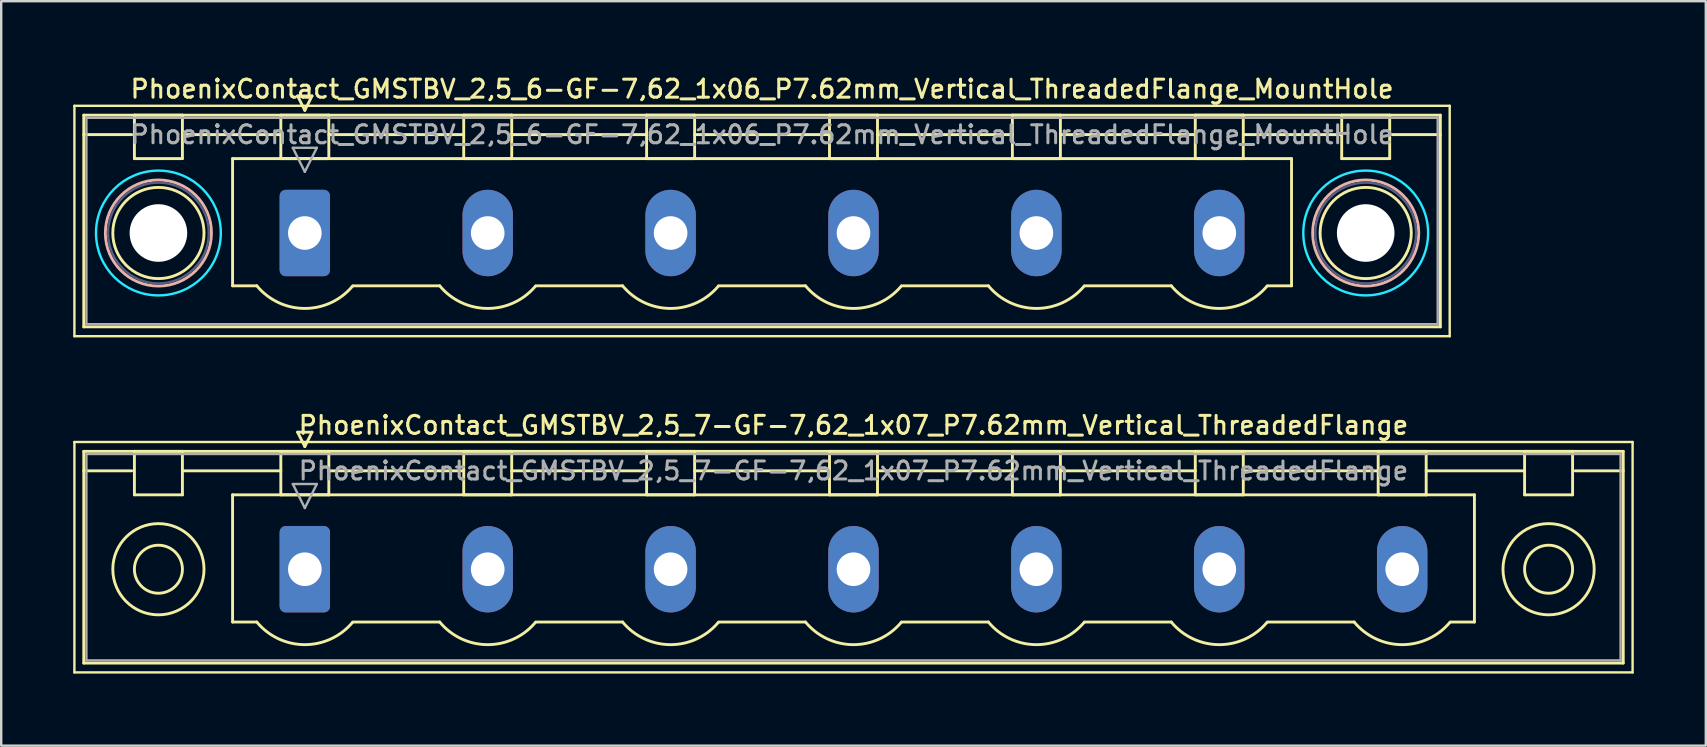
<source format=kicad_pcb>
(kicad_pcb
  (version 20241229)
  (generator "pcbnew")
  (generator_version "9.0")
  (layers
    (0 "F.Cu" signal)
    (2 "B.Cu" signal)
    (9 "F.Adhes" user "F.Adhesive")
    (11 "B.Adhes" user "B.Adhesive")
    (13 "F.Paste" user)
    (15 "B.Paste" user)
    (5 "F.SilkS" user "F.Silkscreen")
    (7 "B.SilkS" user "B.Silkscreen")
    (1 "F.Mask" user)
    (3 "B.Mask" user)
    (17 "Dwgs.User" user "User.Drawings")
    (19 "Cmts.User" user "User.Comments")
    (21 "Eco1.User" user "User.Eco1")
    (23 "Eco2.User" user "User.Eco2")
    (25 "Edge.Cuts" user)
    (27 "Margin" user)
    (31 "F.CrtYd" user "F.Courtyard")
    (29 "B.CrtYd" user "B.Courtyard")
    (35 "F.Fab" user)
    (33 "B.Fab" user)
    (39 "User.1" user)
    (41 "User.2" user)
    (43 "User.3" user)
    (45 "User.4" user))
  (footprint "PhoenixContact_GMSTBV_2,5_6-GF-7,62_1x06_P7.62mm_Vertical_ThreadedFlange_MountHole"
    (layer "F.Cu")
    (at 9.65 6.658)
    (property "Reference" "PhoenixContact_GMSTBV_2,5_6-GF-7,62_1x06_P7.62mm_Vertical_ThreadedFlange_MountHole" (at 19.05 -6 0) (layer "F.SilkS") (effects (font (size 0.75 0.75) (thickness 0.125))))
    (attr through_hole)
    (fp_line (start -9.6 -5.3) (end -9.6 4.3) (stroke (width 0.1) (type solid)) (layer "F.SilkS"))
    (fp_line (start -9.6 4.3) (end 47.7 4.3) (stroke (width 0.1) (type solid)) (layer "F.SilkS"))
    (fp_line (start -9.21 -4.91) (end -9.21 3.91) (stroke (width 0.12) (type solid)) (layer "F.SilkS"))
    (fp_line (start -9.21 -4.1) (end -7.21 -4.1) (stroke (width 0.12) (type solid)) (layer "F.SilkS"))
    (fp_line (start -9.21 3.91) (end 47.31 3.91) (stroke (width 0.12) (type solid)) (layer "F.SilkS"))
    (fp_line (start -7.1 -4.91) (end -5.1 -4.91) (stroke (width 0.12) (type solid)) (layer "F.SilkS"))
    (fp_line (start -7.1 -3.1) (end -7.1 -4.91) (stroke (width 0.12) (type solid)) (layer "F.SilkS"))
    (fp_line (start -5.1 -4.91) (end -5.1 -3.1) (stroke (width 0.12) (type solid)) (layer "F.SilkS"))
    (fp_line (start -5.1 -4.1) (end -1 -4.1) (stroke (width 0.12) (type solid)) (layer "F.SilkS"))
    (fp_line (start -5.1 -3.1) (end -7.1 -3.1) (stroke (width 0.12) (type solid)) (layer "F.SilkS"))
    (fp_line (start -3.01 -3.1) (end 41.11 -3.1) (stroke (width 0.12) (type solid)) (layer "F.SilkS"))
    (fp_line (start -3.01 2.2) (end -3.01 -3.1) (stroke (width 0.12) (type solid)) (layer "F.SilkS"))
    (fp_line (start -2 2.2) (end -3.01 2.2) (stroke (width 0.12) (type solid)) (layer "F.SilkS"))
    (fp_line (start -1 -4.91) (end 1 -4.91) (stroke (width 0.12) (type solid)) (layer "F.SilkS"))
    (fp_line (start -1 -3.1) (end -1 -4.91) (stroke (width 0.12) (type solid)) (layer "F.SilkS"))
    (fp_line (start -0.3 -5.71) (end 0.3 -5.71) (stroke (width 0.12) (type solid)) (layer "F.SilkS"))
    (fp_line (start 0 -5.11) (end -0.3 -5.71) (stroke (width 0.12) (type solid)) (layer "F.SilkS"))
    (fp_line (start 0.3 -5.71) (end 0 -5.11) (stroke (width 0.12) (type solid)) (layer "F.SilkS"))
    (fp_line (start 1 -4.91) (end 1 -3.1) (stroke (width 0.12) (type solid)) (layer "F.SilkS"))
    (fp_line (start 1 -4.1) (end 6.62 -4.1) (stroke (width 0.12) (type solid)) (layer "F.SilkS"))
    (fp_line (start 1 -3.1) (end -1 -3.1) (stroke (width 0.12) (type solid)) (layer "F.SilkS"))
    (fp_line (start 2 2.2) (end 5.62 2.2) (stroke (width 0.12) (type solid)) (layer "F.SilkS"))
    (fp_line (start 6.62 -4.91) (end 8.62 -4.91) (stroke (width 0.12) (type solid)) (layer "F.SilkS"))
    (fp_line (start 6.62 -3.1) (end 6.62 -4.91) (stroke (width 0.12) (type solid)) (layer "F.SilkS"))
    (fp_line (start 8.62 -4.91) (end 8.62 -3.1) (stroke (width 0.12) (type solid)) (layer "F.SilkS"))
    (fp_line (start 8.62 -4.1) (end 14.24 -4.1) (stroke (width 0.12) (type solid)) (layer "F.SilkS"))
    (fp_line (start 8.62 -3.1) (end 6.62 -3.1) (stroke (width 0.12) (type solid)) (layer "F.SilkS"))
    (fp_line (start 9.62 2.2) (end 13.24 2.2) (stroke (width 0.12) (type solid)) (layer "F.SilkS"))
    (fp_line (start 14.24 -4.91) (end 16.24 -4.91) (stroke (width 0.12) (type solid)) (layer "F.SilkS"))
    (fp_line (start 14.24 -3.1) (end 14.24 -4.91) (stroke (width 0.12) (type solid)) (layer "F.SilkS"))
    (fp_line (start 16.24 -4.91) (end 16.24 -3.1) (stroke (width 0.12) (type solid)) (layer "F.SilkS"))
    (fp_line (start 16.24 -4.1) (end 21.86 -4.1) (stroke (width 0.12) (type solid)) (layer "F.SilkS"))
    (fp_line (start 16.24 -3.1) (end 14.24 -3.1) (stroke (width 0.12) (type solid)) (layer "F.SilkS"))
    (fp_line (start 17.24 2.2) (end 20.86 2.2) (stroke (width 0.12) (type solid)) (layer "F.SilkS"))
    (fp_line (start 21.86 -4.91) (end 23.86 -4.91) (stroke (width 0.12) (type solid)) (layer "F.SilkS"))
    (fp_line (start 21.86 -3.1) (end 21.86 -4.91) (stroke (width 0.12) (type solid)) (layer "F.SilkS"))
    (fp_line (start 23.86 -4.91) (end 23.86 -3.1) (stroke (width 0.12) (type solid)) (layer "F.SilkS"))
    (fp_line (start 23.86 -4.1) (end 29.48 -4.1) (stroke (width 0.12) (type solid)) (layer "F.SilkS"))
    (fp_line (start 23.86 -3.1) (end 21.86 -3.1) (stroke (width 0.12) (type solid)) (layer "F.SilkS"))
    (fp_line (start 24.86 2.2) (end 28.48 2.2) (stroke (width 0.12) (type solid)) (layer "F.SilkS"))
    (fp_line (start 29.48 -4.91) (end 31.48 -4.91) (stroke (width 0.12) (type solid)) (layer "F.SilkS"))
    (fp_line (start 29.48 -3.1) (end 29.48 -4.91) (stroke (width 0.12) (type solid)) (layer "F.SilkS"))
    (fp_line (start 31.48 -4.91) (end 31.48 -3.1) (stroke (width 0.12) (type solid)) (layer "F.SilkS"))
    (fp_line (start 31.48 -4.1) (end 37.1 -4.1) (stroke (width 0.12) (type solid)) (layer "F.SilkS"))
    (fp_line (start 31.48 -3.1) (end 29.48 -3.1) (stroke (width 0.12) (type solid)) (layer "F.SilkS"))
    (fp_line (start 32.48 2.2) (end 36.1 2.2) (stroke (width 0.12) (type solid)) (layer "F.SilkS"))
    (fp_line (start 37.1 -4.91) (end 39.1 -4.91) (stroke (width 0.12) (type solid)) (layer "F.SilkS"))
    (fp_line (start 37.1 -3.1) (end 37.1 -4.91) (stroke (width 0.12) (type solid)) (layer "F.SilkS"))
    (fp_line (start 39.1 -4.91) (end 39.1 -3.1) (stroke (width 0.12) (type solid)) (layer "F.SilkS"))
    (fp_line (start 39.1 -4.1) (end 43.2 -4.1) (stroke (width 0.12) (type solid)) (layer "F.SilkS"))
    (fp_line (start 39.1 -3.1) (end 37.1 -3.1) (stroke (width 0.12) (type solid)) (layer "F.SilkS"))
    (fp_line (start 41.11 -3.1) (end 41.11 2.2) (stroke (width 0.12) (type solid)) (layer "F.SilkS"))
    (fp_line (start 41.11 2.2) (end 40.1 2.2) (stroke (width 0.12) (type solid)) (layer "F.SilkS"))
    (fp_line (start 43.2 -4.91) (end 45.2 -4.91) (stroke (width 0.12) (type solid)) (layer "F.SilkS"))
    (fp_line (start 43.2 -3.1) (end 43.2 -4.91) (stroke (width 0.12) (type solid)) (layer "F.SilkS"))
    (fp_line (start 45.2 -4.91) (end 45.2 -3.1) (stroke (width 0.12) (type solid)) (layer "F.SilkS"))
    (fp_line (start 45.2 -3.1) (end 43.2 -3.1) (stroke (width 0.12) (type solid)) (layer "F.SilkS"))
    (fp_line (start 47.31 -4.91) (end -9.21 -4.91) (stroke (width 0.12) (type solid)) (layer "F.SilkS"))
    (fp_line (start 47.31 -4.1) (end 45.31 -4.1) (stroke (width 0.12) (type solid)) (layer "F.SilkS"))
    (fp_line (start 47.31 3.91) (end 47.31 -4.91) (stroke (width 0.12) (type solid)) (layer "F.SilkS"))
    (fp_line (start 47.7 -5.3) (end -9.6 -5.3) (stroke (width 0.1) (type solid)) (layer "F.SilkS"))
    (fp_line (start 47.7 4.3) (end 47.7 -5.3) (stroke (width 0.1) (type solid)) (layer "F.SilkS"))
    (fp_arc (start 1.986842 2.215821) (mid -0.010289 3.142758) (end -2 2.2) (stroke (width 0.12) (type solid)) (layer "F.SilkS"))
    (fp_arc (start 9.606842 2.215821) (mid 7.609711 3.142758) (end 5.62 2.2) (stroke (width 0.12) (type solid)) (layer "F.SilkS"))
    (fp_arc (start 17.226842 2.215821) (mid 15.229711 3.142758) (end 13.24 2.2) (stroke (width 0.12) (type solid)) (layer "F.SilkS"))
    (fp_arc (start 24.846842 2.215821) (mid 22.849711 3.142758) (end 20.86 2.2) (stroke (width 0.12) (type solid)) (layer "F.SilkS"))
    (fp_arc (start 32.466842 2.215821) (mid 30.469711 3.142758) (end 28.48 2.2) (stroke (width 0.12) (type solid)) (layer "F.SilkS"))
    (fp_arc (start 40.086842 2.215821) (mid 38.089711 3.142758) (end 36.1 2.2) (stroke (width 0.12) (type solid)) (layer "F.SilkS"))
    (fp_circle (center -6.1 0) (end -4.2 0) (stroke (width 0.12) (type solid)) (fill no) (layer "F.SilkS"))
    (fp_circle (center 44.2 0) (end 46.1 0) (stroke (width 0.12) (type solid)) (fill no) (layer "F.SilkS"))
    (fp_circle (center -6.1 0) (end -3.89 0) (stroke (width 0.12) (type solid)) (fill no) (layer "B.SilkS"))
    (fp_circle (center 44.2 0) (end 46.41 0) (stroke (width 0.12) (type solid)) (fill no) (layer "B.SilkS"))
    (fp_circle (center -6.1 0) (end -3.5 0) (stroke (width 0.1) (type solid)) (fill no) (layer "B.CrtYd"))
    (fp_circle (center 44.2 0) (end 46.8 0) (stroke (width 0.1) (type solid)) (fill no) (layer "B.CrtYd"))
    (fp_circle (center -6.1 0) (end -4 0) (stroke (width 0.1) (type solid)) (fill no) (layer "B.Fab"))
    (fp_circle (center 44.2 0) (end 46.3 0) (stroke (width 0.1) (type solid)) (fill no) (layer "B.Fab"))
    (fp_line (start -9.1 -4.8) (end -9.1 3.8) (stroke (width 0.1) (type solid)) (layer "F.Fab"))
    (fp_line (start -9.1 3.8) (end 47.2 3.8) (stroke (width 0.1) (type solid)) (layer "F.Fab"))
    (fp_line (start -0.5 -3.55) (end 0.5 -3.55) (stroke (width 0.1) (type solid)) (layer "F.Fab"))
    (fp_line (start 0 -2.55) (end -0.5 -3.55) (stroke (width 0.1) (type solid)) (layer "F.Fab"))
    (fp_line (start 0.5 -3.55) (end 0 -2.55) (stroke (width 0.1) (type solid)) (layer "F.Fab"))
    (fp_line (start 47.2 -4.8) (end -9.1 -4.8) (stroke (width 0.1) (type solid)) (layer "F.Fab"))
    (fp_line (start 47.2 3.8) (end 47.2 -4.8) (stroke (width 0.1) (type solid)) (layer "F.Fab"))
    (fp_text user "${REFERENCE}" (at 19.05 -4.1 0) (layer "F.Fab") (effects (font (size 0.75 0.75) (thickness 0.125))))
    (pad "" np_thru_hole circle (at -6.1 0) (size 2.4 2.4) (drill 2.4) (layers "*.Cu" "*.Mask"))
    (pad "" np_thru_hole circle (at 44.2 0) (size 2.4 2.4) (drill 2.4) (layers "*.Cu" "*.Mask"))
    (pad "1" thru_hole roundrect (at 0 0) (size 2.1 3.6) (drill 1.4) (layers "*.Cu" "*.Mask") (roundrect_rratio 0.119))
    (pad "2" thru_hole oval (at 7.62 0) (size 2.1 3.6) (drill 1.4) (layers "*.Cu" "*.Mask"))
    (pad "3" thru_hole oval (at 15.24 0) (size 2.1 3.6) (drill 1.4) (layers "*.Cu" "*.Mask"))
    (pad "4" thru_hole oval (at 22.86 0) (size 2.1 3.6) (drill 1.4) (layers "*.Cu" "*.Mask"))
    (pad "5" thru_hole oval (at 30.48 0) (size 2.1 3.6) (drill 1.4) (layers "*.Cu" "*.Mask"))
    (pad "6" thru_hole oval (at 38.1 0) (size 2.1 3.6) (drill 1.4) (layers "*.Cu" "*.Mask")))
  (footprint "PhoenixContact_GMSTBV_2,5_7-GF-7,62_1x07_P7.62mm_Vertical_ThreadedFlange"
    (layer "F.Cu")
    (at 9.65 20.666)
    (property "Reference" "PhoenixContact_GMSTBV_2,5_7-GF-7,62_1x07_P7.62mm_Vertical_ThreadedFlange" (at 22.86 -6 0) (layer "F.SilkS") (effects (font (size 0.75 0.75) (thickness 0.125))))
    (attr through_hole)
    (fp_line (start -9.6 -5.3) (end -9.6 4.3) (stroke (width 0.1) (type solid)) (layer "F.SilkS"))
    (fp_line (start -9.6 4.3) (end 55.32 4.3) (stroke (width 0.1) (type solid)) (layer "F.SilkS"))
    (fp_line (start -9.21 -4.91) (end -9.21 3.91) (stroke (width 0.12) (type solid)) (layer "F.SilkS"))
    (fp_line (start -9.21 -4.1) (end -7.21 -4.1) (stroke (width 0.12) (type solid)) (layer "F.SilkS"))
    (fp_line (start -9.21 3.91) (end 54.93 3.91) (stroke (width 0.12) (type solid)) (layer "F.SilkS"))
    (fp_line (start -7.1 -4.91) (end -5.1 -4.91) (stroke (width 0.12) (type solid)) (layer "F.SilkS"))
    (fp_line (start -7.1 -3.1) (end -7.1 -4.91) (stroke (width 0.12) (type solid)) (layer "F.SilkS"))
    (fp_line (start -5.1 -4.91) (end -5.1 -3.1) (stroke (width 0.12) (type solid)) (layer "F.SilkS"))
    (fp_line (start -5.1 -4.1) (end -1 -4.1) (stroke (width 0.12) (type solid)) (layer "F.SilkS"))
    (fp_line (start -5.1 -3.1) (end -7.1 -3.1) (stroke (width 0.12) (type solid)) (layer "F.SilkS"))
    (fp_line (start -3.01 -3.1) (end 48.73 -3.1) (stroke (width 0.12) (type solid)) (layer "F.SilkS"))
    (fp_line (start -3.01 2.2) (end -3.01 -3.1) (stroke (width 0.12) (type solid)) (layer "F.SilkS"))
    (fp_line (start -2 2.2) (end -3.01 2.2) (stroke (width 0.12) (type solid)) (layer "F.SilkS"))
    (fp_line (start -1 -4.91) (end 1 -4.91) (stroke (width 0.12) (type solid)) (layer "F.SilkS"))
    (fp_line (start -1 -3.1) (end -1 -4.91) (stroke (width 0.12) (type solid)) (layer "F.SilkS"))
    (fp_line (start -0.3 -5.71) (end 0.3 -5.71) (stroke (width 0.12) (type solid)) (layer "F.SilkS"))
    (fp_line (start 0 -5.11) (end -0.3 -5.71) (stroke (width 0.12) (type solid)) (layer "F.SilkS"))
    (fp_line (start 0.3 -5.71) (end 0 -5.11) (stroke (width 0.12) (type solid)) (layer "F.SilkS"))
    (fp_line (start 1 -4.91) (end 1 -3.1) (stroke (width 0.12) (type solid)) (layer "F.SilkS"))
    (fp_line (start 1 -4.1) (end 6.62 -4.1) (stroke (width 0.12) (type solid)) (layer "F.SilkS"))
    (fp_line (start 1 -3.1) (end -1 -3.1) (stroke (width 0.12) (type solid)) (layer "F.SilkS"))
    (fp_line (start 2 2.2) (end 5.62 2.2) (stroke (width 0.12) (type solid)) (layer "F.SilkS"))
    (fp_line (start 6.62 -4.91) (end 8.62 -4.91) (stroke (width 0.12) (type solid)) (layer "F.SilkS"))
    (fp_line (start 6.62 -3.1) (end 6.62 -4.91) (stroke (width 0.12) (type solid)) (layer "F.SilkS"))
    (fp_line (start 8.62 -4.91) (end 8.62 -3.1) (stroke (width 0.12) (type solid)) (layer "F.SilkS"))
    (fp_line (start 8.62 -4.1) (end 14.24 -4.1) (stroke (width 0.12) (type solid)) (layer "F.SilkS"))
    (fp_line (start 8.62 -3.1) (end 6.62 -3.1) (stroke (width 0.12) (type solid)) (layer "F.SilkS"))
    (fp_line (start 9.62 2.2) (end 13.24 2.2) (stroke (width 0.12) (type solid)) (layer "F.SilkS"))
    (fp_line (start 14.24 -4.91) (end 16.24 -4.91) (stroke (width 0.12) (type solid)) (layer "F.SilkS"))
    (fp_line (start 14.24 -3.1) (end 14.24 -4.91) (stroke (width 0.12) (type solid)) (layer "F.SilkS"))
    (fp_line (start 16.24 -4.91) (end 16.24 -3.1) (stroke (width 0.12) (type solid)) (layer "F.SilkS"))
    (fp_line (start 16.24 -4.1) (end 21.86 -4.1) (stroke (width 0.12) (type solid)) (layer "F.SilkS"))
    (fp_line (start 16.24 -3.1) (end 14.24 -3.1) (stroke (width 0.12) (type solid)) (layer "F.SilkS"))
    (fp_line (start 17.24 2.2) (end 20.86 2.2) (stroke (width 0.12) (type solid)) (layer "F.SilkS"))
    (fp_line (start 21.86 -4.91) (end 23.86 -4.91) (stroke (width 0.12) (type solid)) (layer "F.SilkS"))
    (fp_line (start 21.86 -3.1) (end 21.86 -4.91) (stroke (width 0.12) (type solid)) (layer "F.SilkS"))
    (fp_line (start 23.86 -4.91) (end 23.86 -3.1) (stroke (width 0.12) (type solid)) (layer "F.SilkS"))
    (fp_line (start 23.86 -4.1) (end 29.48 -4.1) (stroke (width 0.12) (type solid)) (layer "F.SilkS"))
    (fp_line (start 23.86 -3.1) (end 21.86 -3.1) (stroke (width 0.12) (type solid)) (layer "F.SilkS"))
    (fp_line (start 24.86 2.2) (end 28.48 2.2) (stroke (width 0.12) (type solid)) (layer "F.SilkS"))
    (fp_line (start 29.48 -4.91) (end 31.48 -4.91) (stroke (width 0.12) (type solid)) (layer "F.SilkS"))
    (fp_line (start 29.48 -3.1) (end 29.48 -4.91) (stroke (width 0.12) (type solid)) (layer "F.SilkS"))
    (fp_line (start 31.48 -4.91) (end 31.48 -3.1) (stroke (width 0.12) (type solid)) (layer "F.SilkS"))
    (fp_line (start 31.48 -4.1) (end 37.1 -4.1) (stroke (width 0.12) (type solid)) (layer "F.SilkS"))
    (fp_line (start 31.48 -3.1) (end 29.48 -3.1) (stroke (width 0.12) (type solid)) (layer "F.SilkS"))
    (fp_line (start 32.48 2.2) (end 36.1 2.2) (stroke (width 0.12) (type solid)) (layer "F.SilkS"))
    (fp_line (start 37.1 -4.91) (end 39.1 -4.91) (stroke (width 0.12) (type solid)) (layer "F.SilkS"))
    (fp_line (start 37.1 -3.1) (end 37.1 -4.91) (stroke (width 0.12) (type solid)) (layer "F.SilkS"))
    (fp_line (start 39.1 -4.91) (end 39.1 -3.1) (stroke (width 0.12) (type solid)) (layer "F.SilkS"))
    (fp_line (start 39.1 -4.1) (end 44.72 -4.1) (stroke (width 0.12) (type solid)) (layer "F.SilkS"))
    (fp_line (start 39.1 -3.1) (end 37.1 -3.1) (stroke (width 0.12) (type solid)) (layer "F.SilkS"))
    (fp_line (start 40.1 2.2) (end 43.72 2.2) (stroke (width 0.12) (type solid)) (layer "F.SilkS"))
    (fp_line (start 44.72 -4.91) (end 46.72 -4.91) (stroke (width 0.12) (type solid)) (layer "F.SilkS"))
    (fp_line (start 44.72 -3.1) (end 44.72 -4.91) (stroke (width 0.12) (type solid)) (layer "F.SilkS"))
    (fp_line (start 46.72 -4.91) (end 46.72 -3.1) (stroke (width 0.12) (type solid)) (layer "F.SilkS"))
    (fp_line (start 46.72 -4.1) (end 50.82 -4.1) (stroke (width 0.12) (type solid)) (layer "F.SilkS"))
    (fp_line (start 46.72 -3.1) (end 44.72 -3.1) (stroke (width 0.12) (type solid)) (layer "F.SilkS"))
    (fp_line (start 48.73 -3.1) (end 48.73 2.2) (stroke (width 0.12) (type solid)) (layer "F.SilkS"))
    (fp_line (start 48.73 2.2) (end 47.72 2.2) (stroke (width 0.12) (type solid)) (layer "F.SilkS"))
    (fp_line (start 50.82 -4.91) (end 52.82 -4.91) (stroke (width 0.12) (type solid)) (layer "F.SilkS"))
    (fp_line (start 50.82 -3.1) (end 50.82 -4.91) (stroke (width 0.12) (type solid)) (layer "F.SilkS"))
    (fp_line (start 52.82 -4.91) (end 52.82 -3.1) (stroke (width 0.12) (type solid)) (layer "F.SilkS"))
    (fp_line (start 52.82 -3.1) (end 50.82 -3.1) (stroke (width 0.12) (type solid)) (layer "F.SilkS"))
    (fp_line (start 54.93 -4.91) (end -9.21 -4.91) (stroke (width 0.12) (type solid)) (layer "F.SilkS"))
    (fp_line (start 54.93 -4.1) (end 52.93 -4.1) (stroke (width 0.12) (type solid)) (layer "F.SilkS"))
    (fp_line (start 54.93 3.91) (end 54.93 -4.91) (stroke (width 0.12) (type solid)) (layer "F.SilkS"))
    (fp_line (start 55.32 -5.3) (end -9.6 -5.3) (stroke (width 0.1) (type solid)) (layer "F.SilkS"))
    (fp_line (start 55.32 4.3) (end 55.32 -5.3) (stroke (width 0.1) (type solid)) (layer "F.SilkS"))
    (fp_arc (start 1.986842 2.215821) (mid -0.010289 3.142758) (end -2 2.2) (stroke (width 0.12) (type solid)) (layer "F.SilkS"))
    (fp_arc (start 9.606842 2.215821) (mid 7.609711 3.142758) (end 5.62 2.2) (stroke (width 0.12) (type solid)) (layer "F.SilkS"))
    (fp_arc (start 17.226842 2.215821) (mid 15.229711 3.142758) (end 13.24 2.2) (stroke (width 0.12) (type solid)) (layer "F.SilkS"))
    (fp_arc (start 24.846842 2.215821) (mid 22.849711 3.142758) (end 20.86 2.2) (stroke (width 0.12) (type solid)) (layer "F.SilkS"))
    (fp_arc (start 32.466842 2.215821) (mid 30.469711 3.142758) (end 28.48 2.2) (stroke (width 0.12) (type solid)) (layer "F.SilkS"))
    (fp_arc (start 40.086842 2.215821) (mid 38.089711 3.142758) (end 36.1 2.2) (stroke (width 0.12) (type solid)) (layer "F.SilkS"))
    (fp_arc (start 47.706842 2.215821) (mid 45.709711 3.142758) (end 43.72 2.2) (stroke (width 0.12) (type solid)) (layer "F.SilkS"))
    (fp_circle (center -6.1 0) (end -5.1 0) (stroke (width 0.12) (type solid)) (fill no) (layer "F.SilkS"))
    (fp_circle (center -6.1 0) (end -4.2 0) (stroke (width 0.12) (type solid)) (fill no) (layer "F.SilkS"))
    (fp_circle (center 51.82 0) (end 52.82 0) (stroke (width 0.12) (type solid)) (fill no) (layer "F.SilkS"))
    (fp_circle (center 51.82 0) (end 53.72 0) (stroke (width 0.12) (type solid)) (fill no) (layer "F.SilkS"))
    (fp_line (start -9.1 -4.8) (end -9.1 3.8) (stroke (width 0.1) (type solid)) (layer "F.Fab"))
    (fp_line (start -9.1 3.8) (end 54.82 3.8) (stroke (width 0.1) (type solid)) (layer "F.Fab"))
    (fp_line (start -0.5 -3.55) (end 0.5 -3.55) (stroke (width 0.1) (type solid)) (layer "F.Fab"))
    (fp_line (start 0 -2.55) (end -0.5 -3.55) (stroke (width 0.1) (type solid)) (layer "F.Fab"))
    (fp_line (start 0.5 -3.55) (end 0 -2.55) (stroke (width 0.1) (type solid)) (layer "F.Fab"))
    (fp_line (start 54.82 -4.8) (end -9.1 -4.8) (stroke (width 0.1) (type solid)) (layer "F.Fab"))
    (fp_line (start 54.82 3.8) (end 54.82 -4.8) (stroke (width 0.1) (type solid)) (layer "F.Fab"))
    (fp_text user "${REFERENCE}" (at 22.86 -4.1 0) (layer "F.Fab") (effects (font (size 0.75 0.75) (thickness 0.125))))
    (pad "1" thru_hole roundrect (at 0 0) (size 2.1 3.6) (drill 1.4) (layers "*.Cu" "*.Mask") (roundrect_rratio 0.119))
    (pad "2" thru_hole oval (at 7.62 0) (size 2.1 3.6) (drill 1.4) (layers "*.Cu" "*.Mask"))
    (pad "3" thru_hole oval (at 15.24 0) (size 2.1 3.6) (drill 1.4) (layers "*.Cu" "*.Mask"))
    (pad "4" thru_hole oval (at 22.86 0) (size 2.1 3.6) (drill 1.4) (layers "*.Cu" "*.Mask"))
    (pad "5" thru_hole oval (at 30.48 0) (size 2.1 3.6) (drill 1.4) (layers "*.Cu" "*.Mask"))
    (pad "6" thru_hole oval (at 38.1 0) (size 2.1 3.6) (drill 1.4) (layers "*.Cu" "*.Mask"))
    (pad "7" thru_hole oval (at 45.72 0) (size 2.1 3.6) (drill 1.4) (layers "*.Cu" "*.Mask")))
  (gr_rect
    (start -3 -3)
    (end 68.02 28.016)
    (stroke (width 0.1) (type default))
    (fill no)
    (layer "Edge.Cuts")))
</source>
